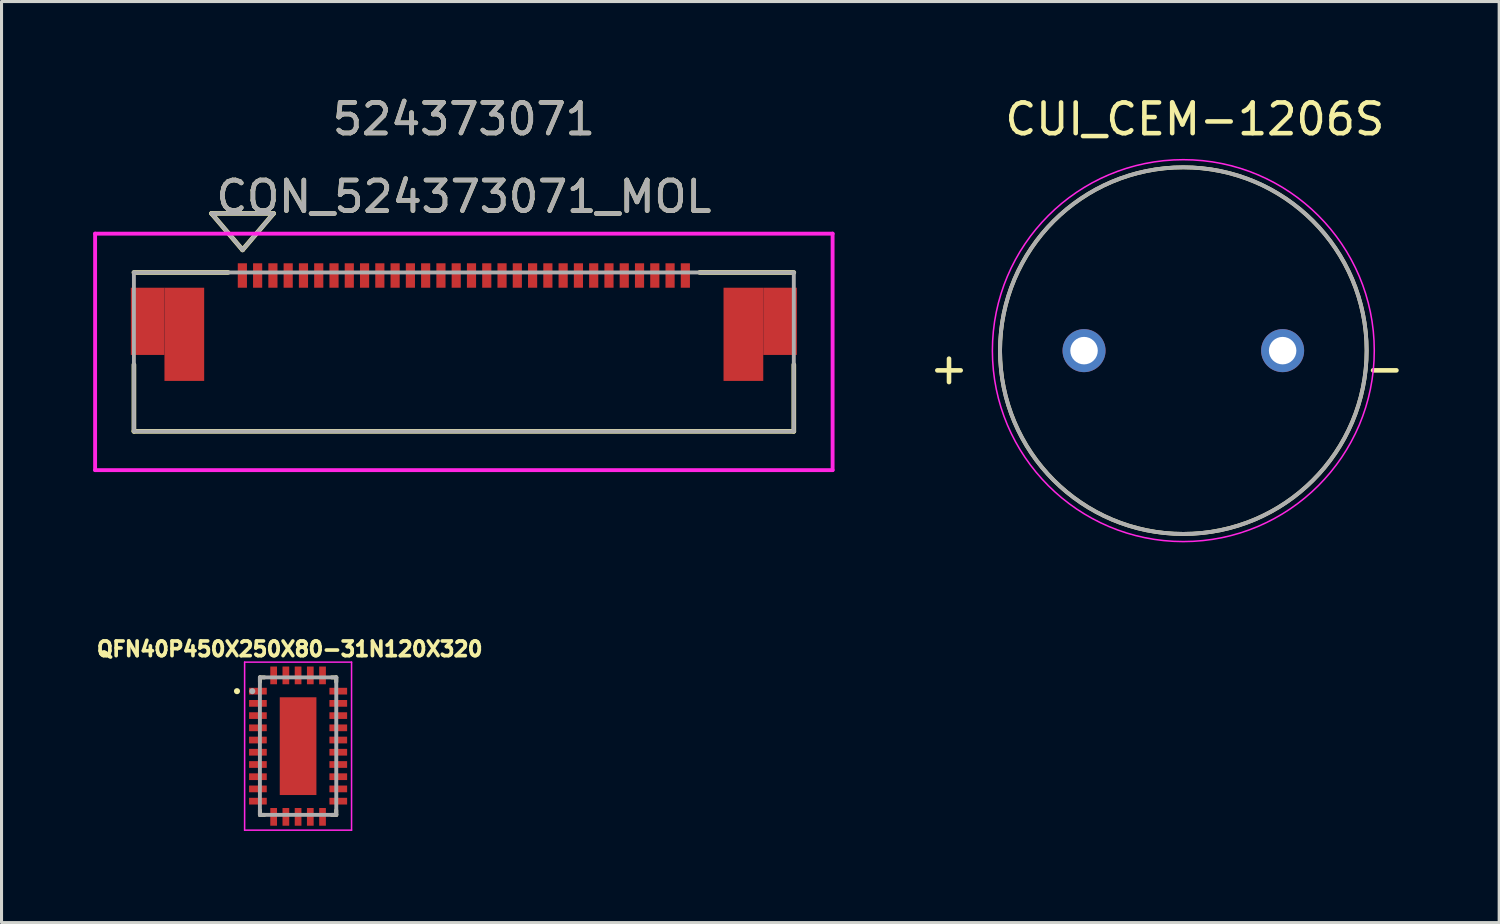
<source format=kicad_pcb>
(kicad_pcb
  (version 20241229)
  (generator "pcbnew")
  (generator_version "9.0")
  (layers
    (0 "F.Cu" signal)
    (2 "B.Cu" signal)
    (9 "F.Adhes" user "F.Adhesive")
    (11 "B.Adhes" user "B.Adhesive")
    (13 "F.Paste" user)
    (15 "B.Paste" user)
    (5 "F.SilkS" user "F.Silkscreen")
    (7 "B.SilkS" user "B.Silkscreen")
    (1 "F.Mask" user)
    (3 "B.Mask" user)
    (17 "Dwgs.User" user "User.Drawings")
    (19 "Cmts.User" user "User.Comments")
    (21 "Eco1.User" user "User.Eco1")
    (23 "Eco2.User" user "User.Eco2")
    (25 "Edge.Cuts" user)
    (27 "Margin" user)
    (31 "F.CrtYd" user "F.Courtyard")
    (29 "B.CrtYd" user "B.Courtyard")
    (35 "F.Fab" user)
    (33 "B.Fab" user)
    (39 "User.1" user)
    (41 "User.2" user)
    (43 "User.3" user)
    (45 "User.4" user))
  (footprint "CUI_CEM-1206S"
    (layer "F.Cu")
    (at 35.683 8.427)
    (property "Reference" "CUI_CEM-1206S" (at 0.377 -7.576 0) (layer "F.SilkS") (effects (font (size 1.005 1.005) (thickness 0.15))))
    (attr through_hole)
    (fp_circle (center 0 0) (end 6 0) (stroke (width 0.127) (type solid)) (fill no) (layer "F.SilkS"))
    (fp_circle (center 0 0) (end 6.25 0) (stroke (width 0.05) (type solid)) (fill no) (layer "F.CrtYd"))
    (fp_circle (center 0 0) (end 6 0) (stroke (width 0.127) (type solid)) (fill no) (layer "F.Fab"))
    (fp_text user "-" (at 6.593 0.571 0) (layer "F.SilkS") (effects (font (size 1.003 1.003) (thickness 0.15))))
    (fp_text user "+" (at -7.67 0.572 0) (layer "F.SilkS") (effects (font (size 1.004 1.004) (thickness 0.15))))
    (pad "N" thru_hole circle (at 3.25 0) (size 1.408 1.408) (drill 0.9) (layers "*.Cu" "*.Mask"))
    (pad "P" thru_hole circle (at -3.25 0) (size 1.408 1.408) (drill 0.9) (layers "*.Cu" "*.Mask")))
  (footprint "CON_524373071_MOL"
    (layer "F.Cu")
    (at 12.133 8.468)
    (property "Reference" "CON_524373071_MOL" (at 0 -5.08 0) (unlocked yes) (layer "F.SilkS") (effects (font (size 1 1) (thickness 0.15))))
    (attr smd)
    (fp_poly (pts (xy -9.8 -2.1) (xy -10.9 -2.1) (xy -10.9 0.1) (xy -9.8 0.1)) (stroke (width 0) (type solid)) (fill yes) (layer "F.Cu"))
    (fp_poly (pts (xy 9.8 -2.1) (xy 10.9 -2.1) (xy 10.9 0.1) (xy 9.8 0.1)) (stroke (width 0) (type solid)) (fill yes) (layer "F.Cu"))
    (fp_poly (pts (xy -9.8 -2.1) (xy -10.9 -2.1) (xy -10.9 0.1) (xy -9.8 0.1)) (stroke (width 0) (type solid)) (fill yes) (layer "F.Mask"))
    (fp_poly (pts (xy 9.8 -2.1) (xy 10.9 -2.1) (xy 10.9 0.1) (xy 9.8 0.1)) (stroke (width 0) (type solid)) (fill yes) (layer "F.Mask"))
    (fp_line (start -10.8 0.418) (end -10.8 2.6) (stroke (width 0.152) (type solid)) (layer "F.SilkS"))
    (fp_line (start -10.8 2.6) (end 10.8 2.6) (stroke (width 0.152) (type solid)) (layer "F.SilkS"))
    (fp_line (start -8.26 -4.532) (end -7.244 -3.338) (stroke (width 0.152) (type solid)) (layer "F.SilkS"))
    (fp_line (start -8.26 -4.532) (end -6.228 -4.532) (stroke (width 0.152) (type solid)) (layer "F.SilkS"))
    (fp_line (start -7.717 -2.6) (end -10.8 -2.6) (stroke (width 0.152) (type solid)) (layer "F.SilkS"))
    (fp_line (start -6.228 -4.532) (end -7.244 -3.338) (stroke (width 0.152) (type solid)) (layer "F.SilkS"))
    (fp_line (start 10.8 -2.6) (end 7.718 -2.6) (stroke (width 0.152) (type solid)) (layer "F.SilkS"))
    (fp_line (start 10.8 2.6) (end 10.8 0.418) (stroke (width 0.152) (type solid)) (layer "F.SilkS"))
    (fp_poly (pts (xy -9.8 -2.1) (xy -10.9 -2.1) (xy -10.9 0.1) (xy -9.8 0.1)) (stroke (width 0) (type solid)) (fill yes) (layer "F.Paste"))
    (fp_poly (pts (xy 9.8 -2.1) (xy 10.9 -2.1) (xy 10.9 0.1) (xy 9.8 0.1)) (stroke (width 0) (type solid)) (fill yes) (layer "F.Paste"))
    (fp_line (start -12.07 -3.87) (end -12.07 3.87) (stroke (width 0.127) (type solid)) (layer "F.CrtYd"))
    (fp_line (start -12.07 3.87) (end 12.07 3.87) (stroke (width 0.127) (type solid)) (layer "F.CrtYd"))
    (fp_line (start 12.07 -3.87) (end -12.07 -3.87) (stroke (width 0.127) (type solid)) (layer "F.CrtYd"))
    (fp_line (start 12.07 3.87) (end 12.07 -3.87) (stroke (width 0.127) (type solid)) (layer "F.CrtYd"))
    (fp_line (start -10.8 -2.6) (end -10.8 2.6) (stroke (width 0.127) (type solid)) (layer "F.Fab"))
    (fp_line (start -10.8 2.6) (end 10.8 2.6) (stroke (width 0.127) (type solid)) (layer "F.Fab"))
    (fp_line (start -8.26 -4.532) (end -7.244 -3.338) (stroke (width 0.127) (type solid)) (layer "F.Fab"))
    (fp_line (start -8.26 -4.532) (end -6.228 -4.532) (stroke (width 0.127) (type solid)) (layer "F.Fab"))
    (fp_line (start -6.228 -4.532) (end -7.244 -3.338) (stroke (width 0.127) (type solid)) (layer "F.Fab"))
    (fp_line (start 10.8 -2.6) (end -10.8 -2.6) (stroke (width 0.127) (type solid)) (layer "F.Fab"))
    (fp_line (start 10.8 2.6) (end 10.8 -2.6) (stroke (width 0.127) (type solid)) (layer "F.Fab"))
    (fp_text user "524373071" (at 0 -7.62 0) (unlocked yes) (layer "F.SilkS") (effects (font (size 1 1) (thickness 0.15))))
    (fp_text user "524373071" (at 0 -7.62 0) (unlocked yes) (layer "F.Fab") (effects (font (size 1 1) (thickness 0.15))))
    (fp_text user "${REFERENCE}" (at 0 -5.08 0) (unlocked yes) (layer "F.Fab") (effects (font (size 1 1) (thickness 0.15))))
    (pad "1" smd rect (at -7.25 -2.5) (size 0.3 0.8) (layers "F.Cu" "F.Mask" "F.Paste"))
    (pad "2" smd rect (at -6.75 -2.5) (size 0.3 0.8) (layers "F.Cu" "F.Mask" "F.Paste"))
    (pad "3" smd rect (at -6.25 -2.5) (size 0.3 0.8) (layers "F.Cu" "F.Mask" "F.Paste"))
    (pad "4" smd rect (at -5.75 -2.5) (size 0.3 0.8) (layers "F.Cu" "F.Mask" "F.Paste"))
    (pad "5" smd rect (at -5.25 -2.5) (size 0.3 0.8) (layers "F.Cu" "F.Mask" "F.Paste"))
    (pad "6" smd rect (at -4.75 -2.5) (size 0.3 0.8) (layers "F.Cu" "F.Mask" "F.Paste"))
    (pad "7" smd rect (at -4.25 -2.5) (size 0.3 0.8) (layers "F.Cu" "F.Mask" "F.Paste"))
    (pad "8" smd rect (at -3.75 -2.5) (size 0.3 0.8) (layers "F.Cu" "F.Mask" "F.Paste"))
    (pad "9" smd rect (at -3.25 -2.5) (size 0.3 0.8) (layers "F.Cu" "F.Mask" "F.Paste"))
    (pad "10" smd rect (at -2.75 -2.5) (size 0.3 0.8) (layers "F.Cu" "F.Mask" "F.Paste"))
    (pad "11" smd rect (at -2.25 -2.5) (size 0.3 0.8) (layers "F.Cu" "F.Mask" "F.Paste"))
    (pad "12" smd rect (at -1.75 -2.5) (size 0.3 0.8) (layers "F.Cu" "F.Mask" "F.Paste"))
    (pad "13" smd rect (at -1.25 -2.5) (size 0.3 0.8) (layers "F.Cu" "F.Mask" "F.Paste"))
    (pad "14" smd rect (at -0.75 -2.5) (size 0.3 0.8) (layers "F.Cu" "F.Mask" "F.Paste"))
    (pad "15" smd rect (at -0.25 -2.5) (size 0.3 0.8) (layers "F.Cu" "F.Mask" "F.Paste"))
    (pad "16" smd rect (at 0.25 -2.5) (size 0.3 0.8) (layers "F.Cu" "F.Mask" "F.Paste"))
    (pad "17" smd rect (at 0.75 -2.5) (size 0.3 0.8) (layers "F.Cu" "F.Mask" "F.Paste"))
    (pad "18" smd rect (at 1.25 -2.5) (size 0.3 0.8) (layers "F.Cu" "F.Mask" "F.Paste"))
    (pad "19" smd rect (at 1.75 -2.5) (size 0.3 0.8) (layers "F.Cu" "F.Mask" "F.Paste"))
    (pad "20" smd rect (at 2.25 -2.5) (size 0.3 0.8) (layers "F.Cu" "F.Mask" "F.Paste"))
    (pad "21" smd rect (at 2.75 -2.5) (size 0.3 0.8) (layers "F.Cu" "F.Mask" "F.Paste"))
    (pad "22" smd rect (at 3.25 -2.5) (size 0.3 0.8) (layers "F.Cu" "F.Mask" "F.Paste"))
    (pad "23" smd rect (at 3.75 -2.5) (size 0.3 0.8) (layers "F.Cu" "F.Mask" "F.Paste"))
    (pad "24" smd rect (at 4.25 -2.5) (size 0.3 0.8) (layers "F.Cu" "F.Mask" "F.Paste"))
    (pad "25" smd rect (at 4.75 -2.5) (size 0.3 0.8) (layers "F.Cu" "F.Mask" "F.Paste"))
    (pad "26" smd rect (at 5.25 -2.5) (size 0.3 0.8) (layers "F.Cu" "F.Mask" "F.Paste"))
    (pad "27" smd rect (at 5.75 -2.5) (size 0.3 0.8) (layers "F.Cu" "F.Mask" "F.Paste"))
    (pad "28" smd rect (at 6.25 -2.5) (size 0.3 0.8) (layers "F.Cu" "F.Mask" "F.Paste"))
    (pad "29" smd rect (at 6.75 -2.5) (size 0.3 0.8) (layers "F.Cu" "F.Mask" "F.Paste"))
    (pad "30" smd rect (at 7.25 -2.5) (size 0.3 0.8) (layers "F.Cu" "F.Mask" "F.Paste"))
    (pad "P1" smd rect (at -9.15 -0.575) (size 1.3 3.05) (layers "F.Cu" "F.Mask" "F.Paste"))
    (pad "P2" smd rect (at 9.15 -0.575) (size 1.3 3.05) (layers "F.Cu" "F.Mask" "F.Paste")))
  (footprint "QFN40P450X250X80-31N120X320"
    (layer "F.Cu")
    (at 6.707 21.373)
    (property "Reference" "QFN40P450X250X80-31N120X320" (at -0.275 -3.179 0) (layer "F.SilkS") (effects (font (size 0.48 0.48) (thickness 0.15))))
    (attr smd)
    (fp_line (start -1.25 -2.25) (end -1.25 -2.1) (stroke (width 0.127) (type solid)) (layer "F.SilkS"))
    (fp_line (start -1.25 -2.25) (end -1.1 -2.25) (stroke (width 0.127) (type solid)) (layer "F.SilkS"))
    (fp_line (start -1.25 2.25) (end -1.25 2.1) (stroke (width 0.127) (type solid)) (layer "F.SilkS"))
    (fp_line (start -1.25 2.25) (end -1.1 2.25) (stroke (width 0.127) (type solid)) (layer "F.SilkS"))
    (fp_line (start 1.25 -2.25) (end 1.1 -2.25) (stroke (width 0.127) (type solid)) (layer "F.SilkS"))
    (fp_line (start 1.25 -2.25) (end 1.25 -2.1) (stroke (width 0.127) (type solid)) (layer "F.SilkS"))
    (fp_line (start 1.25 2.25) (end 1.1 2.25) (stroke (width 0.127) (type solid)) (layer "F.SilkS"))
    (fp_line (start 1.25 2.25) (end 1.25 2.1) (stroke (width 0.127) (type solid)) (layer "F.SilkS"))
    (fp_circle (center -2 -1.8) (end -1.95 -1.8) (stroke (width 0.1) (type solid)) (fill no) (layer "F.SilkS"))
    (fp_poly (pts (xy -1.565 -1.9) (xy -1.065 -1.9) (xy -1.065 -1.7) (xy -1.565 -1.7)) (stroke (width 0.0001) (type solid)) (fill yes) (layer "F.Paste"))
    (fp_poly (pts (xy -1.565 -1.5) (xy -1.065 -1.5) (xy -1.065 -1.3) (xy -1.565 -1.3)) (stroke (width 0.0001) (type solid)) (fill yes) (layer "F.Paste"))
    (fp_poly (pts (xy -1.565 -1.1) (xy -1.065 -1.1) (xy -1.065 -0.9) (xy -1.565 -0.9)) (stroke (width 0.0001) (type solid)) (fill yes) (layer "F.Paste"))
    (fp_poly (pts (xy -1.565 -0.7) (xy -1.065 -0.7) (xy -1.065 -0.5) (xy -1.565 -0.5)) (stroke (width 0.0001) (type solid)) (fill yes) (layer "F.Paste"))
    (fp_poly (pts (xy -1.565 -0.3) (xy -1.065 -0.3) (xy -1.065 -0.1) (xy -1.565 -0.1)) (stroke (width 0.0001) (type solid)) (fill yes) (layer "F.Paste"))
    (fp_poly (pts (xy -1.565 0.1) (xy -1.065 0.1) (xy -1.065 0.3) (xy -1.565 0.3)) (stroke (width 0.0001) (type solid)) (fill yes) (layer "F.Paste"))
    (fp_poly (pts (xy -1.565 0.5) (xy -1.065 0.5) (xy -1.065 0.7) (xy -1.565 0.7)) (stroke (width 0.0001) (type solid)) (fill yes) (layer "F.Paste"))
    (fp_poly (pts (xy -1.565 0.9) (xy -1.065 0.9) (xy -1.065 1.1) (xy -1.565 1.1)) (stroke (width 0.0001) (type solid)) (fill yes) (layer "F.Paste"))
    (fp_poly (pts (xy -1.565 1.3) (xy -1.065 1.3) (xy -1.065 1.5) (xy -1.565 1.5)) (stroke (width 0.0001) (type solid)) (fill yes) (layer "F.Paste"))
    (fp_poly (pts (xy -1.565 1.7) (xy -1.065 1.7) (xy -1.065 1.9) (xy -1.565 1.9)) (stroke (width 0.0001) (type solid)) (fill yes) (layer "F.Paste"))
    (fp_poly (pts (xy -0.9 -2.565) (xy -0.7 -2.565) (xy -0.7 -2.065) (xy -0.9 -2.065)) (stroke (width 0.0001) (type solid)) (fill yes) (layer "F.Paste"))
    (fp_poly (pts (xy -0.9 2.565) (xy -0.7 2.565) (xy -0.7 2.065) (xy -0.9 2.065)) (stroke (width 0.0001) (type solid)) (fill yes) (layer "F.Paste"))
    (fp_poly (pts (xy -0.565 -1.495) (xy 0.565 -1.495) (xy 0.565 -0.105) (xy -0.565 -0.105)) (stroke (width 0.0001) (type solid)) (fill yes) (layer "F.Paste"))
    (fp_poly (pts (xy -0.565 0.105) (xy 0.565 0.105) (xy 0.565 1.495) (xy -0.565 1.495)) (stroke (width 0.0001) (type solid)) (fill yes) (layer "F.Paste"))
    (fp_poly (pts (xy -0.5 -2.565) (xy -0.3 -2.565) (xy -0.3 -2.065) (xy -0.5 -2.065)) (stroke (width 0.0001) (type solid)) (fill yes) (layer "F.Paste"))
    (fp_poly (pts (xy -0.5 2.565) (xy -0.3 2.565) (xy -0.3 2.065) (xy -0.5 2.065)) (stroke (width 0.0001) (type solid)) (fill yes) (layer "F.Paste"))
    (fp_poly (pts (xy -0.1 -2.565) (xy 0.1 -2.565) (xy 0.1 -2.065) (xy -0.1 -2.065)) (stroke (width 0.0001) (type solid)) (fill yes) (layer "F.Paste"))
    (fp_poly (pts (xy -0.1 2.565) (xy 0.1 2.565) (xy 0.1 2.065) (xy -0.1 2.065)) (stroke (width 0.0001) (type solid)) (fill yes) (layer "F.Paste"))
    (fp_poly (pts (xy 0.3 -2.565) (xy 0.5 -2.565) (xy 0.5 -2.065) (xy 0.3 -2.065)) (stroke (width 0.0001) (type solid)) (fill yes) (layer "F.Paste"))
    (fp_poly (pts (xy 0.3 2.565) (xy 0.5 2.565) (xy 0.5 2.065) (xy 0.3 2.065)) (stroke (width 0.0001) (type solid)) (fill yes) (layer "F.Paste"))
    (fp_poly (pts (xy 0.7 -2.565) (xy 0.9 -2.565) (xy 0.9 -2.065) (xy 0.7 -2.065)) (stroke (width 0.0001) (type solid)) (fill yes) (layer "F.Paste"))
    (fp_poly (pts (xy 0.7 2.565) (xy 0.9 2.565) (xy 0.9 2.065) (xy 0.7 2.065)) (stroke (width 0.0001) (type solid)) (fill yes) (layer "F.Paste"))
    (fp_poly (pts (xy 1.065 -1.9) (xy 1.565 -1.9) (xy 1.565 -1.7) (xy 1.065 -1.7)) (stroke (width 0.0001) (type solid)) (fill yes) (layer "F.Paste"))
    (fp_poly (pts (xy 1.065 -1.5) (xy 1.565 -1.5) (xy 1.565 -1.3) (xy 1.065 -1.3)) (stroke (width 0.0001) (type solid)) (fill yes) (layer "F.Paste"))
    (fp_poly (pts (xy 1.065 -1.1) (xy 1.565 -1.1) (xy 1.565 -0.9) (xy 1.065 -0.9)) (stroke (width 0.0001) (type solid)) (fill yes) (layer "F.Paste"))
    (fp_poly (pts (xy 1.065 -0.7) (xy 1.565 -0.7) (xy 1.565 -0.5) (xy 1.065 -0.5)) (stroke (width 0.0001) (type solid)) (fill yes) (layer "F.Paste"))
    (fp_poly (pts (xy 1.065 -0.3) (xy 1.565 -0.3) (xy 1.565 -0.1) (xy 1.065 -0.1)) (stroke (width 0.0001) (type solid)) (fill yes) (layer "F.Paste"))
    (fp_poly (pts (xy 1.065 0.1) (xy 1.565 0.1) (xy 1.565 0.3) (xy 1.065 0.3)) (stroke (width 0.0001) (type solid)) (fill yes) (layer "F.Paste"))
    (fp_poly (pts (xy 1.065 0.5) (xy 1.565 0.5) (xy 1.565 0.7) (xy 1.065 0.7)) (stroke (width 0.0001) (type solid)) (fill yes) (layer "F.Paste"))
    (fp_poly (pts (xy 1.065 0.9) (xy 1.565 0.9) (xy 1.565 1.1) (xy 1.065 1.1)) (stroke (width 0.0001) (type solid)) (fill yes) (layer "F.Paste"))
    (fp_poly (pts (xy 1.065 1.3) (xy 1.565 1.3) (xy 1.565 1.5) (xy 1.065 1.5)) (stroke (width 0.0001) (type solid)) (fill yes) (layer "F.Paste"))
    (fp_poly (pts (xy 1.065 1.7) (xy 1.565 1.7) (xy 1.565 1.9) (xy 1.065 1.9)) (stroke (width 0.0001) (type solid)) (fill yes) (layer "F.Paste"))
    (fp_line (start -1.75 -2.75) (end 1.75 -2.75) (stroke (width 0.05) (type solid)) (layer "F.CrtYd"))
    (fp_line (start -1.75 2.75) (end -1.75 -2.75) (stroke (width 0.05) (type solid)) (layer "F.CrtYd"))
    (fp_line (start -1.75 2.75) (end 1.75 2.75) (stroke (width 0.05) (type solid)) (layer "F.CrtYd"))
    (fp_line (start 1.75 2.75) (end 1.75 -2.75) (stroke (width 0.05) (type solid)) (layer "F.CrtYd"))
    (fp_line (start -1.25 2.25) (end -1.25 -2.25) (stroke (width 0.127) (type solid)) (layer "F.Fab"))
    (fp_line (start 1.25 -2.25) (end -1.25 -2.25) (stroke (width 0.127) (type solid)) (layer "F.Fab"))
    (fp_line (start 1.25 2.25) (end -1.25 2.25) (stroke (width 0.127) (type solid)) (layer "F.Fab"))
    (fp_line (start 1.25 2.25) (end 1.25 -2.25) (stroke (width 0.127) (type solid)) (layer "F.Fab"))
    (fp_circle (center -1.5 -1.8) (end -1.45 -1.8) (stroke (width 0.1) (type solid)) (fill no) (layer "F.Fab"))
    (pad "1" smd roundrect (at -1.315 -1.8) (size 0.58 0.22) (layers "F.Cu" "F.Mask") (roundrect_rratio 0.03))
    (pad "2" smd roundrect (at -1.315 -1.4) (size 0.58 0.22) (layers "F.Cu" "F.Mask") (roundrect_rratio 0.03))
    (pad "3" smd roundrect (at -1.315 -1) (size 0.58 0.22) (layers "F.Cu" "F.Mask") (roundrect_rratio 0.03))
    (pad "4" smd roundrect (at -1.315 -0.6) (size 0.58 0.22) (layers "F.Cu" "F.Mask") (roundrect_rratio 0.03))
    (pad "5" smd roundrect (at -1.315 -0.2) (size 0.58 0.22) (layers "F.Cu" "F.Mask") (roundrect_rratio 0.03))
    (pad "6" smd roundrect (at -1.315 0.2) (size 0.58 0.22) (layers "F.Cu" "F.Mask") (roundrect_rratio 0.03))
    (pad "7" smd roundrect (at -1.315 0.6) (size 0.58 0.22) (layers "F.Cu" "F.Mask") (roundrect_rratio 0.03))
    (pad "8" smd roundrect (at -1.315 1) (size 0.58 0.22) (layers "F.Cu" "F.Mask") (roundrect_rratio 0.03))
    (pad "9" smd roundrect (at -1.315 1.4) (size 0.58 0.22) (layers "F.Cu" "F.Mask") (roundrect_rratio 0.03))
    (pad "10" smd roundrect (at -1.315 1.8) (size 0.58 0.22) (layers "F.Cu" "F.Mask") (roundrect_rratio 0.03))
    (pad "11" smd roundrect (at -0.8 2.315 90) (size 0.58 0.22) (layers "F.Cu" "F.Mask") (roundrect_rratio 0.03))
    (pad "12" smd roundrect (at -0.4 2.315 90) (size 0.58 0.22) (layers "F.Cu" "F.Mask") (roundrect_rratio 0.03))
    (pad "13" smd roundrect (at 0 2.315 90) (size 0.58 0.22) (layers "F.Cu" "F.Mask") (roundrect_rratio 0.03))
    (pad "14" smd roundrect (at 0.4 2.315 90) (size 0.58 0.22) (layers "F.Cu" "F.Mask") (roundrect_rratio 0.03))
    (pad "15" smd roundrect (at 0.8 2.315 90) (size 0.58 0.22) (layers "F.Cu" "F.Mask") (roundrect_rratio 0.03))
    (pad "16" smd roundrect (at 1.315 1.8) (size 0.58 0.22) (layers "F.Cu" "F.Mask") (roundrect_rratio 0.03))
    (pad "17" smd roundrect (at 1.315 1.4) (size 0.58 0.22) (layers "F.Cu" "F.Mask") (roundrect_rratio 0.03))
    (pad "18" smd roundrect (at 1.315 1) (size 0.58 0.22) (layers "F.Cu" "F.Mask") (roundrect_rratio 0.03))
    (pad "19" smd roundrect (at 1.315 0.6) (size 0.58 0.22) (layers "F.Cu" "F.Mask") (roundrect_rratio 0.03))
    (pad "20" smd roundrect (at 1.315 0.2) (size 0.58 0.22) (layers "F.Cu" "F.Mask") (roundrect_rratio 0.03))
    (pad "21" smd roundrect (at 1.315 -0.2) (size 0.58 0.22) (layers "F.Cu" "F.Mask") (roundrect_rratio 0.03))
    (pad "22" smd roundrect (at 1.315 -0.6) (size 0.58 0.22) (layers "F.Cu" "F.Mask") (roundrect_rratio 0.03))
    (pad "23" smd roundrect (at 1.315 -1) (size 0.58 0.22) (layers "F.Cu" "F.Mask") (roundrect_rratio 0.03))
    (pad "24" smd roundrect (at 1.315 -1.4) (size 0.58 0.22) (layers "F.Cu" "F.Mask") (roundrect_rratio 0.03))
    (pad "25" smd roundrect (at 1.315 -1.8) (size 0.58 0.22) (layers "F.Cu" "F.Mask") (roundrect_rratio 0.03))
    (pad "26" smd roundrect (at 0.8 -2.315 90) (size 0.58 0.22) (layers "F.Cu" "F.Mask") (roundrect_rratio 0.03))
    (pad "27" smd roundrect (at 0.4 -2.315 90) (size 0.58 0.22) (layers "F.Cu" "F.Mask") (roundrect_rratio 0.03))
    (pad "28" smd roundrect (at 0 -2.315 90) (size 0.58 0.22) (layers "F.Cu" "F.Mask") (roundrect_rratio 0.03))
    (pad "29" smd roundrect (at -0.4 -2.315 90) (size 0.58 0.22) (layers "F.Cu" "F.Mask") (roundrect_rratio 0.03))
    (pad "30" smd roundrect (at -0.8 -2.315 90) (size 0.58 0.22) (layers "F.Cu" "F.Mask") (roundrect_rratio 0.03))
    (pad "31" smd rect (at 0 0) (size 1.2 3.2) (layers "F.Cu" "F.Mask")))
  (gr_rect
    (start -3 -3)
    (end 46.021 27.148)
    (stroke (width 0.1) (type default))
    (fill no)
    (layer "Edge.Cuts")))
</source>
